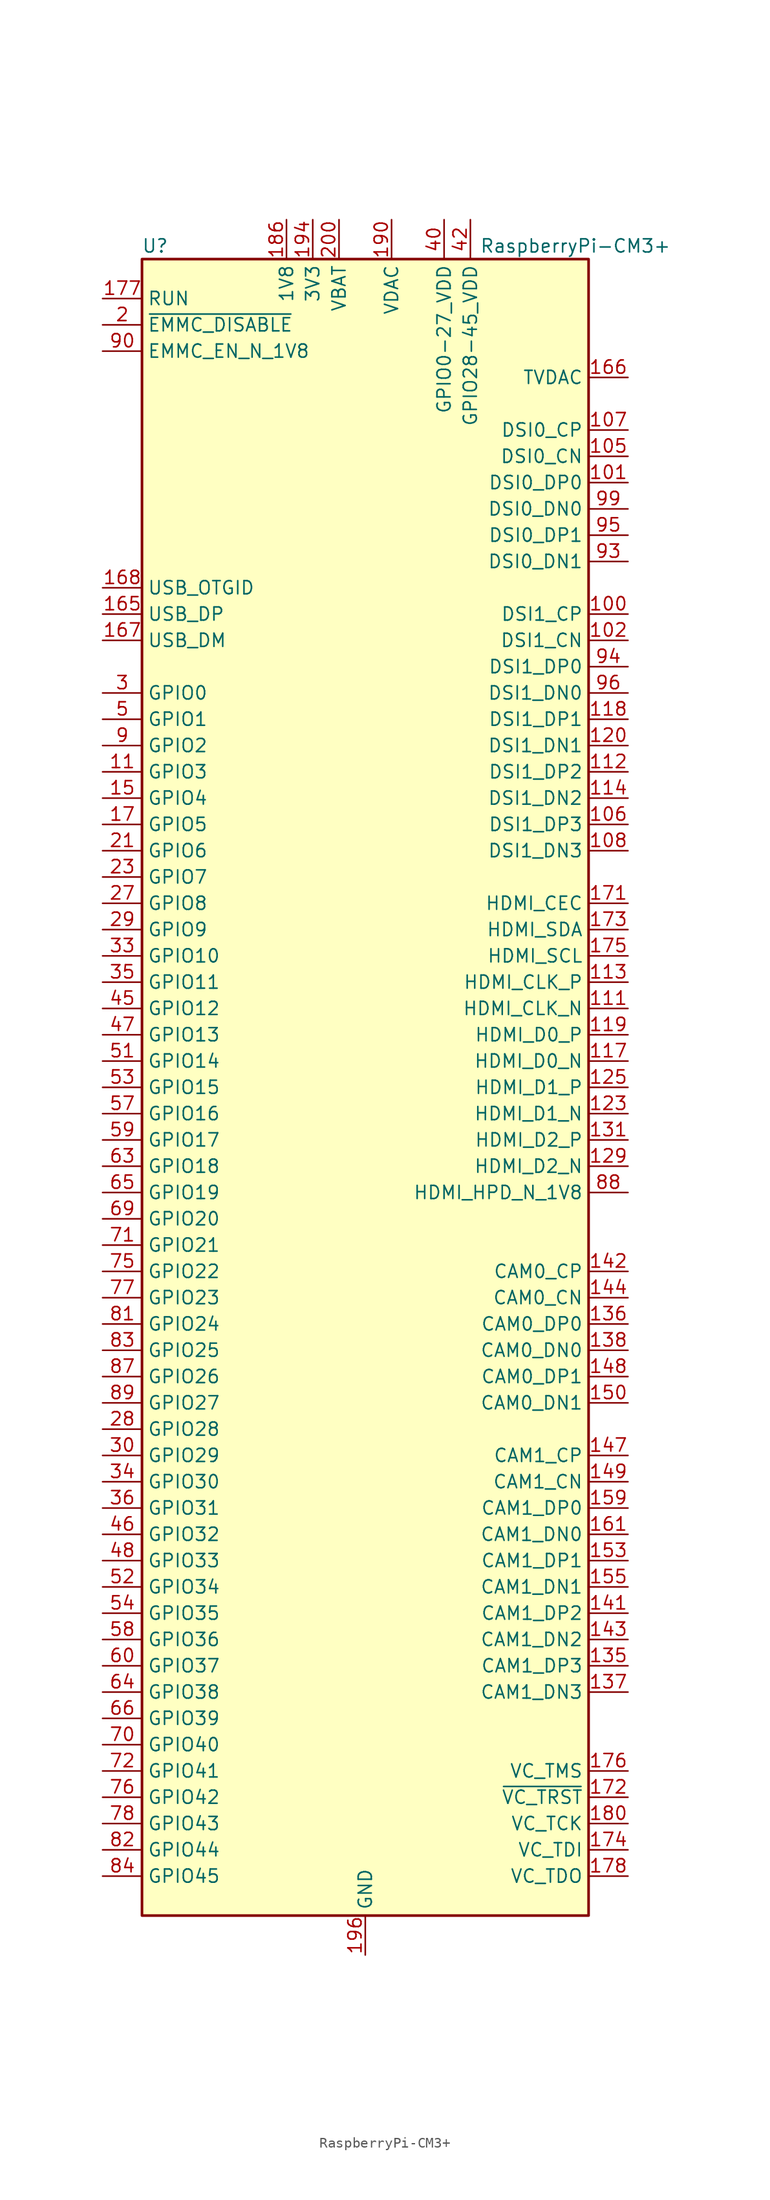
<source format=kicad_sym>
(kicad_symbol_lib
  (version 20200908)
  (generator kicad_symbol_editor)
  (symbol "MCU_Module:RaspberryPi-CM3+"
    (property "Reference" "U"
      (at -20.32 81.28 0)
      (effects (font (size 1.27 1.27))))
    (property "Value" "RaspberryPi-CM3+"
      (at 20.32 81.28 0)
      (effects (font (size 1.27 1.27))))
    (symbol "RaspberryPi-CM3+_0_1"
      (rectangle (start -21.59 80.01) (end 21.59 -80.01) (stroke (width 0.254)) (fill (type background))))
    (symbol "RaspberryPi-CM3+_1_1"
      (pin passive line (at 0 -83.82 90) (length 3.81) hide (name "GND" (effects (font (size 1.27 1.27)))) (number "1" (effects (font (size 1.27 1.27)))))
      (pin unconnected line (at -20.32 66.04 0) (length 2.54) hide (name "NC" (effects (font (size 1.27 1.27)))) (number "10" (effects (font (size 1.27 1.27)))))
      (pin output line (at 25.4 45.72 180) (length 3.81) (name "DSI1_CP" (effects (font (size 1.27 1.27)))) (number "100" (effects (font (size 1.27 1.27)))))
      (pin output line (at 25.4 58.42 180) (length 3.81) (name "DSI0_DP0" (effects (font (size 1.27 1.27)))) (number "101" (effects (font (size 1.27 1.27)))))
      (pin output line (at 25.4 43.18 180) (length 3.81) (name "DSI1_CN" (effects (font (size 1.27 1.27)))) (number "102" (effects (font (size 1.27 1.27)))))
      (pin passive line (at 0 -83.82 90) (length 3.81) hide (name "GND" (effects (font (size 1.27 1.27)))) (number "103" (effects (font (size 1.27 1.27)))))
      (pin passive line (at 0 -83.82 90) (length 3.81) hide (name "GND" (effects (font (size 1.27 1.27)))) (number "104" (effects (font (size 1.27 1.27)))))
      (pin output line (at 25.4 60.96 180) (length 3.81) (name "DSI0_CN" (effects (font (size 1.27 1.27)))) (number "105" (effects (font (size 1.27 1.27)))))
      (pin output line (at 25.4 25.4 180) (length 3.81) (name "DSI1_DP3" (effects (font (size 1.27 1.27)))) (number "106" (effects (font (size 1.27 1.27)))))
      (pin output line (at 25.4 63.5 180) (length 3.81) (name "DSI0_CP" (effects (font (size 1.27 1.27)))) (number "107" (effects (font (size 1.27 1.27)))))
      (pin output line (at 25.4 22.86 180) (length 3.81) (name "DSI1_DN3" (effects (font (size 1.27 1.27)))) (number "108" (effects (font (size 1.27 1.27)))))
      (pin passive line (at 0 -83.82 90) (length 3.81) hide (name "GND" (effects (font (size 1.27 1.27)))) (number "109" (effects (font (size 1.27 1.27)))))
      (pin bidirectional line (at -25.4 30.48 0) (length 3.81) (name "GPIO3" (effects (font (size 1.27 1.27)))) (number "11" (effects (font (size 1.27 1.27)))))
      (pin passive line (at 0 -83.82 90) (length 3.81) hide (name "GND" (effects (font (size 1.27 1.27)))) (number "110" (effects (font (size 1.27 1.27)))))
      (pin output line (at 25.4 7.62 180) (length 3.81) (name "HDMI_CLK_N" (effects (font (size 1.27 1.27)))) (number "111" (effects (font (size 1.27 1.27)))))
      (pin output line (at 25.4 30.48 180) (length 3.81) (name "DSI1_DP2" (effects (font (size 1.27 1.27)))) (number "112" (effects (font (size 1.27 1.27)))))
      (pin output line (at 25.4 10.16 180) (length 3.81) (name "HDMI_CLK_P" (effects (font (size 1.27 1.27)))) (number "113" (effects (font (size 1.27 1.27)))))
      (pin output line (at 25.4 27.94 180) (length 3.81) (name "DSI1_DN2" (effects (font (size 1.27 1.27)))) (number "114" (effects (font (size 1.27 1.27)))))
      (pin passive line (at 0 -83.82 90) (length 3.81) hide (name "GND" (effects (font (size 1.27 1.27)))) (number "115" (effects (font (size 1.27 1.27)))))
      (pin passive line (at 0 -83.82 90) (length 3.81) hide (name "GND" (effects (font (size 1.27 1.27)))) (number "116" (effects (font (size 1.27 1.27)))))
      (pin output line (at 25.4 2.54 180) (length 3.81) (name "HDMI_D0_N" (effects (font (size 1.27 1.27)))) (number "117" (effects (font (size 1.27 1.27)))))
      (pin output line (at 25.4 35.56 180) (length 3.81) (name "DSI1_DP1" (effects (font (size 1.27 1.27)))) (number "118" (effects (font (size 1.27 1.27)))))
      (pin output line (at 25.4 5.08 180) (length 3.81) (name "HDMI_D0_P" (effects (font (size 1.27 1.27)))) (number "119" (effects (font (size 1.27 1.27)))))
      (pin unconnected line (at -20.32 63.5 0) (length 2.54) hide (name "NC" (effects (font (size 1.27 1.27)))) (number "12" (effects (font (size 1.27 1.27)))))
      (pin output line (at 25.4 33.02 180) (length 3.81) (name "DSI1_DN1" (effects (font (size 1.27 1.27)))) (number "120" (effects (font (size 1.27 1.27)))))
      (pin passive line (at 0 -83.82 90) (length 3.81) hide (name "GND" (effects (font (size 1.27 1.27)))) (number "121" (effects (font (size 1.27 1.27)))))
      (pin passive line (at 0 -83.82 90) (length 3.81) hide (name "GND" (effects (font (size 1.27 1.27)))) (number "122" (effects (font (size 1.27 1.27)))))
      (pin output line (at 25.4 -2.54 180) (length 3.81) (name "HDMI_D1_N" (effects (font (size 1.27 1.27)))) (number "123" (effects (font (size 1.27 1.27)))))
      (pin unconnected line (at 20.32 76.2 180) (length 2.54) hide (name "NC" (effects (font (size 1.27 1.27)))) (number "124" (effects (font (size 1.27 1.27)))))
      (pin output line (at 25.4 0 180) (length 3.81) (name "HDMI_D1_P" (effects (font (size 1.27 1.27)))) (number "125" (effects (font (size 1.27 1.27)))))
      (pin unconnected line (at 20.32 73.66 180) (length 2.54) hide (name "NC" (effects (font (size 1.27 1.27)))) (number "126" (effects (font (size 1.27 1.27)))))
      (pin passive line (at 0 -83.82 90) (length 3.81) hide (name "GND" (effects (font (size 1.27 1.27)))) (number "127" (effects (font (size 1.27 1.27)))))
      (pin unconnected line (at 20.32 71.12 180) (length 2.54) hide (name "NC" (effects (font (size 1.27 1.27)))) (number "128" (effects (font (size 1.27 1.27)))))
      (pin output line (at 25.4 -7.62 180) (length 3.81) (name "HDMI_D2_N" (effects (font (size 1.27 1.27)))) (number "129" (effects (font (size 1.27 1.27)))))
      (pin passive line (at 0 -83.82 90) (length 3.81) hide (name "GND" (effects (font (size 1.27 1.27)))) (number "13" (effects (font (size 1.27 1.27)))))
      (pin unconnected line (at 20.32 66.04 180) (length 2.54) hide (name "NC" (effects (font (size 1.27 1.27)))) (number "130" (effects (font (size 1.27 1.27)))))
      (pin output line (at 25.4 -5.08 180) (length 3.81) (name "HDMI_D2_P" (effects (font (size 1.27 1.27)))) (number "131" (effects (font (size 1.27 1.27)))))
      (pin unconnected line (at 20.32 48.26 180) (length 2.54) hide (name "NC" (effects (font (size 1.27 1.27)))) (number "132" (effects (font (size 1.27 1.27)))))
      (pin passive line (at 0 -83.82 90) (length 3.81) hide (name "GND" (effects (font (size 1.27 1.27)))) (number "133" (effects (font (size 1.27 1.27)))))
      (pin passive line (at 0 -83.82 90) (length 3.81) hide (name "GND" (effects (font (size 1.27 1.27)))) (number "134" (effects (font (size 1.27 1.27)))))
      (pin input line (at 25.4 -55.88 180) (length 3.81) (name "CAM1_DP3" (effects (font (size 1.27 1.27)))) (number "135" (effects (font (size 1.27 1.27)))))
      (pin input line (at 25.4 -22.86 180) (length 3.81) (name "CAM0_DP0" (effects (font (size 1.27 1.27)))) (number "136" (effects (font (size 1.27 1.27)))))
      (pin input line (at 25.4 -58.42 180) (length 3.81) (name "CAM1_DN3" (effects (font (size 1.27 1.27)))) (number "137" (effects (font (size 1.27 1.27)))))
      (pin input line (at 25.4 -25.4 180) (length 3.81) (name "CAM0_DN0" (effects (font (size 1.27 1.27)))) (number "138" (effects (font (size 1.27 1.27)))))
      (pin passive line (at 0 -83.82 90) (length 3.81) hide (name "GND" (effects (font (size 1.27 1.27)))) (number "139" (effects (font (size 1.27 1.27)))))
      (pin passive line (at 0 -83.82 90) (length 3.81) hide (name "GND" (effects (font (size 1.27 1.27)))) (number "14" (effects (font (size 1.27 1.27)))))
      (pin passive line (at 0 -83.82 90) (length 3.81) hide (name "GND" (effects (font (size 1.27 1.27)))) (number "140" (effects (font (size 1.27 1.27)))))
      (pin input line (at 25.4 -50.8 180) (length 3.81) (name "CAM1_DP2" (effects (font (size 1.27 1.27)))) (number "141" (effects (font (size 1.27 1.27)))))
      (pin input line (at 25.4 -17.78 180) (length 3.81) (name "CAM0_CP" (effects (font (size 1.27 1.27)))) (number "142" (effects (font (size 1.27 1.27)))))
      (pin input line (at 25.4 -53.34 180) (length 3.81) (name "CAM1_DN2" (effects (font (size 1.27 1.27)))) (number "143" (effects (font (size 1.27 1.27)))))
      (pin input line (at 25.4 -20.32 180) (length 3.81) (name "CAM0_CN" (effects (font (size 1.27 1.27)))) (number "144" (effects (font (size 1.27 1.27)))))
      (pin passive line (at 0 -83.82 90) (length 3.81) hide (name "GND" (effects (font (size 1.27 1.27)))) (number "145" (effects (font (size 1.27 1.27)))))
      (pin passive line (at 0 -83.82 90) (length 3.81) hide (name "GND" (effects (font (size 1.27 1.27)))) (number "146" (effects (font (size 1.27 1.27)))))
      (pin input line (at 25.4 -35.56 180) (length 3.81) (name "CAM1_CP" (effects (font (size 1.27 1.27)))) (number "147" (effects (font (size 1.27 1.27)))))
      (pin input line (at 25.4 -27.94 180) (length 3.81) (name "CAM0_DP1" (effects (font (size 1.27 1.27)))) (number "148" (effects (font (size 1.27 1.27)))))
      (pin input line (at 25.4 -38.1 180) (length 3.81) (name "CAM1_CN" (effects (font (size 1.27 1.27)))) (number "149" (effects (font (size 1.27 1.27)))))
      (pin bidirectional line (at -25.4 27.94 0) (length 3.81) (name "GPIO4" (effects (font (size 1.27 1.27)))) (number "15" (effects (font (size 1.27 1.27)))))
      (pin input line (at 25.4 -30.48 180) (length 3.81) (name "CAM0_DN1" (effects (font (size 1.27 1.27)))) (number "150" (effects (font (size 1.27 1.27)))))
      (pin passive line (at 0 -83.82 90) (length 3.81) hide (name "GND" (effects (font (size 1.27 1.27)))) (number "151" (effects (font (size 1.27 1.27)))))
      (pin passive line (at 0 -83.82 90) (length 3.81) hide (name "GND" (effects (font (size 1.27 1.27)))) (number "152" (effects (font (size 1.27 1.27)))))
      (pin input line (at 25.4 -45.72 180) (length 3.81) (name "CAM1_DP1" (effects (font (size 1.27 1.27)))) (number "153" (effects (font (size 1.27 1.27)))))
      (pin unconnected line (at 20.32 -15.24 180) (length 2.54) hide (name "NC" (effects (font (size 1.27 1.27)))) (number "154" (effects (font (size 1.27 1.27)))))
      (pin input line (at 25.4 -48.26 180) (length 3.81) (name "CAM1_DN1" (effects (font (size 1.27 1.27)))) (number "155" (effects (font (size 1.27 1.27)))))
      (pin unconnected line (at 20.32 -12.7 180) (length 2.54) hide (name "NC" (effects (font (size 1.27 1.27)))) (number "156" (effects (font (size 1.27 1.27)))))
      (pin passive line (at 0 -83.82 90) (length 3.81) hide (name "GND" (effects (font (size 1.27 1.27)))) (number "157" (effects (font (size 1.27 1.27)))))
      (pin unconnected line (at 20.32 20.32 180) (length 2.54) hide (name "NC" (effects (font (size 1.27 1.27)))) (number "158" (effects (font (size 1.27 1.27)))))
      (pin input line (at 25.4 -40.64 180) (length 3.81) (name "CAM1_DP0" (effects (font (size 1.27 1.27)))) (number "159" (effects (font (size 1.27 1.27)))))
      (pin unconnected line (at -20.32 60.96 0) (length 2.54) hide (name "NC" (effects (font (size 1.27 1.27)))) (number "16" (effects (font (size 1.27 1.27)))))
      (pin unconnected line (at 20.32 -60.96 180) (length 2.54) hide (name "NC" (effects (font (size 1.27 1.27)))) (number "160" (effects (font (size 1.27 1.27)))))
      (pin input line (at 25.4 -43.18 180) (length 3.81) (name "CAM1_DN0" (effects (font (size 1.27 1.27)))) (number "161" (effects (font (size 1.27 1.27)))))
      (pin unconnected line (at 20.32 -63.5 180) (length 2.54) hide (name "NC" (effects (font (size 1.27 1.27)))) (number "162" (effects (font (size 1.27 1.27)))))
      (pin passive line (at 0 -83.82 90) (length 3.81) hide (name "GND" (effects (font (size 1.27 1.27)))) (number "163" (effects (font (size 1.27 1.27)))))
      (pin passive line (at 0 -83.82 90) (length 3.81) hide (name "GND" (effects (font (size 1.27 1.27)))) (number "164" (effects (font (size 1.27 1.27)))))
      (pin bidirectional line (at -25.4 45.72 0) (length 3.81) (name "USB_DP" (effects (font (size 1.27 1.27)))) (number "165" (effects (font (size 1.27 1.27)))))
      (pin output line (at 25.4 68.58 180) (length 3.81) (name "TVDAC" (effects (font (size 1.27 1.27)))) (number "166" (effects (font (size 1.27 1.27)))))
      (pin bidirectional line (at -25.4 43.18 0) (length 3.81) (name "USB_DM" (effects (font (size 1.27 1.27)))) (number "167" (effects (font (size 1.27 1.27)))))
      (pin passive line (at -25.4 48.26 0) (length 3.81) (name "USB_OTGID" (effects (font (size 1.27 1.27)))) (number "168" (effects (font (size 1.27 1.27)))))
      (pin passive line (at 0 -83.82 90) (length 3.81) hide (name "GND" (effects (font (size 1.27 1.27)))) (number "169" (effects (font (size 1.27 1.27)))))
      (pin bidirectional line (at -25.4 25.4 0) (length 3.81) (name "GPIO5" (effects (font (size 1.27 1.27)))) (number "17" (effects (font (size 1.27 1.27)))))
      (pin passive line (at 0 -83.82 90) (length 3.81) hide (name "GND" (effects (font (size 1.27 1.27)))) (number "170" (effects (font (size 1.27 1.27)))))
      (pin bidirectional line (at 25.4 17.78 180) (length 3.81) (name "HDMI_CEC" (effects (font (size 1.27 1.27)))) (number "171" (effects (font (size 1.27 1.27)))))
      (pin input line (at 25.4 -68.58 180) (length 3.81) (name "~VC_TRST" (effects (font (size 1.27 1.27)))) (number "172" (effects (font (size 1.27 1.27)))))
      (pin bidirectional line (at 25.4 15.24 180) (length 3.81) (name "HDMI_SDA" (effects (font (size 1.27 1.27)))) (number "173" (effects (font (size 1.27 1.27)))))
      (pin input line (at 25.4 -73.66 180) (length 3.81) (name "VC_TDI" (effects (font (size 1.27 1.27)))) (number "174" (effects (font (size 1.27 1.27)))))
      (pin bidirectional line (at 25.4 12.7 180) (length 3.81) (name "HDMI_SCL" (effects (font (size 1.27 1.27)))) (number "175" (effects (font (size 1.27 1.27)))))
      (pin input line (at 25.4 -66.04 180) (length 3.81) (name "VC_TMS" (effects (font (size 1.27 1.27)))) (number "176" (effects (font (size 1.27 1.27)))))
      (pin input line (at -25.4 76.2 0) (length 3.81) (name "RUN" (effects (font (size 1.27 1.27)))) (number "177" (effects (font (size 1.27 1.27)))))
      (pin output line (at 25.4 -76.2 180) (length 3.81) (name "VC_TDO" (effects (font (size 1.27 1.27)))) (number "178" (effects (font (size 1.27 1.27)))))
      (pin unconnected line (at 0 78.74 270) (length 2.54) hide (name "VDD_CORE_(DO_NOT_CONNECT)" (effects (font (size 1.27 1.27)))) (number "179" (effects (font (size 1.27 1.27)))))
      (pin unconnected line (at -20.32 58.42 0) (length 2.54) hide (name "NC" (effects (font (size 1.27 1.27)))) (number "18" (effects (font (size 1.27 1.27)))))
      (pin input line (at 25.4 -71.12 180) (length 3.81) (name "VC_TCK" (effects (font (size 1.27 1.27)))) (number "180" (effects (font (size 1.27 1.27)))))
      (pin passive line (at 0 -83.82 90) (length 3.81) hide (name "GND" (effects (font (size 1.27 1.27)))) (number "181" (effects (font (size 1.27 1.27)))))
      (pin passive line (at 0 -83.82 90) (length 3.81) hide (name "GND" (effects (font (size 1.27 1.27)))) (number "182" (effects (font (size 1.27 1.27)))))
      (pin passive line (at -7.62 83.82 270) (length 3.81) hide (name "1V8" (effects (font (size 1.27 1.27)))) (number "183" (effects (font (size 1.27 1.27)))))
      (pin passive line (at -7.62 83.82 270) (length 3.81) hide (name "1V8" (effects (font (size 1.27 1.27)))) (number "184" (effects (font (size 1.27 1.27)))))
      (pin passive line (at -7.62 83.82 270) (length 3.81) hide (name "1V8" (effects (font (size 1.27 1.27)))) (number "185" (effects (font (size 1.27 1.27)))))
      (pin power_in line (at -7.62 83.82 270) (length 3.81) (name "1V8" (effects (font (size 1.27 1.27)))) (number "186" (effects (font (size 1.27 1.27)))))
      (pin passive line (at 0 -83.82 90) (length 3.81) hide (name "GND" (effects (font (size 1.27 1.27)))) (number "187" (effects (font (size 1.27 1.27)))))
      (pin passive line (at 0 -83.82 90) (length 3.81) hide (name "GND" (effects (font (size 1.27 1.27)))) (number "188" (effects (font (size 1.27 1.27)))))
      (pin passive line (at 2.54 83.82 270) (length 3.81) hide (name "VDAC" (effects (font (size 1.27 1.27)))) (number "189" (effects (font (size 1.27 1.27)))))
      (pin passive line (at 0 -83.82 90) (length 3.81) hide (name "GND" (effects (font (size 1.27 1.27)))) (number "19" (effects (font (size 1.27 1.27)))))
      (pin power_in line (at 2.54 83.82 270) (length 3.81) (name "VDAC" (effects (font (size 1.27 1.27)))) (number "190" (effects (font (size 1.27 1.27)))))
      (pin passive line (at -5.08 83.82 270) (length 3.81) hide (name "3V3" (effects (font (size 1.27 1.27)))) (number "191" (effects (font (size 1.27 1.27)))))
      (pin passive line (at -5.08 83.82 270) (length 3.81) hide (name "3V3" (effects (font (size 1.27 1.27)))) (number "192" (effects (font (size 1.27 1.27)))))
      (pin passive line (at -5.08 83.82 270) (length 3.81) hide (name "3V3" (effects (font (size 1.27 1.27)))) (number "193" (effects (font (size 1.27 1.27)))))
      (pin power_in line (at -5.08 83.82 270) (length 3.81) (name "3V3" (effects (font (size 1.27 1.27)))) (number "194" (effects (font (size 1.27 1.27)))))
      (pin passive line (at 0 -83.82 90) (length 3.81) hide (name "GND" (effects (font (size 1.27 1.27)))) (number "195" (effects (font (size 1.27 1.27)))))
      (pin power_out line (at 0 -83.82 90) (length 3.81) (name "GND" (effects (font (size 1.27 1.27)))) (number "196" (effects (font (size 1.27 1.27)))))
      (pin passive line (at -2.54 83.82 270) (length 3.81) hide (name "VBAT" (effects (font (size 1.27 1.27)))) (number "197" (effects (font (size 1.27 1.27)))))
      (pin passive line (at -2.54 83.82 270) (length 3.81) hide (name "VBAT" (effects (font (size 1.27 1.27)))) (number "198" (effects (font (size 1.27 1.27)))))
      (pin passive line (at -2.54 83.82 270) (length 3.81) hide (name "VBAT" (effects (font (size 1.27 1.27)))) (number "199" (effects (font (size 1.27 1.27)))))
      (pin input line (at -25.4 73.66 0) (length 3.81) (name "~EMMC_DISABLE" (effects (font (size 1.27 1.27)))) (number "2" (effects (font (size 1.27 1.27)))))
      (pin passive line (at 0 -83.82 90) (length 3.81) hide (name "GND" (effects (font (size 1.27 1.27)))) (number "20" (effects (font (size 1.27 1.27)))))
      (pin power_in line (at -2.54 83.82 270) (length 3.81) (name "VBAT" (effects (font (size 1.27 1.27)))) (number "200" (effects (font (size 1.27 1.27)))))
      (pin bidirectional line (at -25.4 22.86 0) (length 3.81) (name "GPIO6" (effects (font (size 1.27 1.27)))) (number "21" (effects (font (size 1.27 1.27)))))
      (pin unconnected line (at -20.32 55.88 0) (length 2.54) hide (name "NC" (effects (font (size 1.27 1.27)))) (number "22" (effects (font (size 1.27 1.27)))))
      (pin bidirectional line (at -25.4 20.32 0) (length 3.81) (name "GPIO7" (effects (font (size 1.27 1.27)))) (number "23" (effects (font (size 1.27 1.27)))))
      (pin unconnected line (at -20.32 53.34 0) (length 2.54) hide (name "NC" (effects (font (size 1.27 1.27)))) (number "24" (effects (font (size 1.27 1.27)))))
      (pin passive line (at 0 -83.82 90) (length 3.81) hide (name "GND" (effects (font (size 1.27 1.27)))) (number "25" (effects (font (size 1.27 1.27)))))
      (pin passive line (at 0 -83.82 90) (length 3.81) hide (name "GND" (effects (font (size 1.27 1.27)))) (number "26" (effects (font (size 1.27 1.27)))))
      (pin bidirectional line (at -25.4 17.78 0) (length 3.81) (name "GPIO8" (effects (font (size 1.27 1.27)))) (number "27" (effects (font (size 1.27 1.27)))))
      (pin bidirectional line (at -25.4 -33.02 0) (length 3.81) (name "GPIO28" (effects (font (size 1.27 1.27)))) (number "28" (effects (font (size 1.27 1.27)))))
      (pin bidirectional line (at -25.4 15.24 0) (length 3.81) (name "GPIO9" (effects (font (size 1.27 1.27)))) (number "29" (effects (font (size 1.27 1.27)))))
      (pin bidirectional line (at -25.4 38.1 0) (length 3.81) (name "GPIO0" (effects (font (size 1.27 1.27)))) (number "3" (effects (font (size 1.27 1.27)))))
      (pin bidirectional line (at -25.4 -35.56 0) (length 3.81) (name "GPIO29" (effects (font (size 1.27 1.27)))) (number "30" (effects (font (size 1.27 1.27)))))
      (pin passive line (at 0 -83.82 90) (length 3.81) hide (name "GND" (effects (font (size 1.27 1.27)))) (number "31" (effects (font (size 1.27 1.27)))))
      (pin passive line (at 0 -83.82 90) (length 3.81) hide (name "GND" (effects (font (size 1.27 1.27)))) (number "32" (effects (font (size 1.27 1.27)))))
      (pin bidirectional line (at -25.4 12.7 0) (length 3.81) (name "GPIO10" (effects (font (size 1.27 1.27)))) (number "33" (effects (font (size 1.27 1.27)))))
      (pin bidirectional line (at -25.4 -38.1 0) (length 3.81) (name "GPIO30" (effects (font (size 1.27 1.27)))) (number "34" (effects (font (size 1.27 1.27)))))
      (pin bidirectional line (at -25.4 10.16 0) (length 3.81) (name "GPIO11" (effects (font (size 1.27 1.27)))) (number "35" (effects (font (size 1.27 1.27)))))
      (pin bidirectional line (at -25.4 -40.64 0) (length 3.81) (name "GPIO31" (effects (font (size 1.27 1.27)))) (number "36" (effects (font (size 1.27 1.27)))))
      (pin passive line (at 0 -83.82 90) (length 3.81) hide (name "GND" (effects (font (size 1.27 1.27)))) (number "37" (effects (font (size 1.27 1.27)))))
      (pin passive line (at 0 -83.82 90) (length 3.81) hide (name "GND" (effects (font (size 1.27 1.27)))) (number "38" (effects (font (size 1.27 1.27)))))
      (pin passive line (at 7.62 83.82 270) (length 3.81) hide (name "GPIO0-27_VDD" (effects (font (size 1.27 1.27)))) (number "39" (effects (font (size 1.27 1.27)))))
      (pin unconnected line (at 5.08 78.74 270) (length 2.54) hide (name "NC" (effects (font (size 1.27 1.27)))) (number "4" (effects (font (size 1.27 1.27)))))
      (pin power_in line (at 7.62 83.82 270) (length 3.81) (name "GPIO0-27_VDD" (effects (font (size 1.27 1.27)))) (number "40" (effects (font (size 1.27 1.27)))))
      (pin passive line (at 10.16 83.82 270) (length 3.81) hide (name "GPIO28-45_VDD" (effects (font (size 1.27 1.27)))) (number "41" (effects (font (size 1.27 1.27)))))
      (pin power_in line (at 10.16 83.82 270) (length 3.81) (name "GPIO28-45_VDD" (effects (font (size 1.27 1.27)))) (number "42" (effects (font (size 1.27 1.27)))))
      (pin passive line (at 0 -83.82 90) (length 3.81) hide (name "GND" (effects (font (size 1.27 1.27)))) (number "43" (effects (font (size 1.27 1.27)))))
      (pin passive line (at 0 -83.82 90) (length 3.81) hide (name "GND" (effects (font (size 1.27 1.27)))) (number "44" (effects (font (size 1.27 1.27)))))
      (pin bidirectional line (at -25.4 7.62 0) (length 3.81) (name "GPIO12" (effects (font (size 1.27 1.27)))) (number "45" (effects (font (size 1.27 1.27)))))
      (pin bidirectional line (at -25.4 -43.18 0) (length 3.81) (name "GPIO32" (effects (font (size 1.27 1.27)))) (number "46" (effects (font (size 1.27 1.27)))))
      (pin bidirectional line (at -25.4 5.08 0) (length 3.81) (name "GPIO13" (effects (font (size 1.27 1.27)))) (number "47" (effects (font (size 1.27 1.27)))))
      (pin bidirectional line (at -25.4 -45.72 0) (length 3.81) (name "GPIO33" (effects (font (size 1.27 1.27)))) (number "48" (effects (font (size 1.27 1.27)))))
      (pin passive line (at 0 -83.82 90) (length 3.81) hide (name "GND" (effects (font (size 1.27 1.27)))) (number "49" (effects (font (size 1.27 1.27)))))
      (pin bidirectional line (at -25.4 35.56 0) (length 3.81) (name "GPIO1" (effects (font (size 1.27 1.27)))) (number "5" (effects (font (size 1.27 1.27)))))
      (pin passive line (at 0 -83.82 90) (length 3.81) hide (name "GND" (effects (font (size 1.27 1.27)))) (number "50" (effects (font (size 1.27 1.27)))))
      (pin bidirectional line (at -25.4 2.54 0) (length 3.81) (name "GPIO14" (effects (font (size 1.27 1.27)))) (number "51" (effects (font (size 1.27 1.27)))))
      (pin bidirectional line (at -25.4 -48.26 0) (length 3.81) (name "GPIO34" (effects (font (size 1.27 1.27)))) (number "52" (effects (font (size 1.27 1.27)))))
      (pin bidirectional line (at -25.4 0 0) (length 3.81) (name "GPIO15" (effects (font (size 1.27 1.27)))) (number "53" (effects (font (size 1.27 1.27)))))
      (pin bidirectional line (at -25.4 -50.8 0) (length 3.81) (name "GPIO35" (effects (font (size 1.27 1.27)))) (number "54" (effects (font (size 1.27 1.27)))))
      (pin passive line (at 0 -83.82 90) (length 3.81) hide (name "GND" (effects (font (size 1.27 1.27)))) (number "55" (effects (font (size 1.27 1.27)))))
      (pin passive line (at 0 -83.82 90) (length 3.81) hide (name "GND" (effects (font (size 1.27 1.27)))) (number "56" (effects (font (size 1.27 1.27)))))
      (pin bidirectional line (at -25.4 -2.54 0) (length 3.81) (name "GPIO16" (effects (font (size 1.27 1.27)))) (number "57" (effects (font (size 1.27 1.27)))))
      (pin bidirectional line (at -25.4 -53.34 0) (length 3.81) (name "GPIO36" (effects (font (size 1.27 1.27)))) (number "58" (effects (font (size 1.27 1.27)))))
      (pin bidirectional line (at -25.4 -5.08 0) (length 3.81) (name "GPIO17" (effects (font (size 1.27 1.27)))) (number "59" (effects (font (size 1.27 1.27)))))
      (pin unconnected line (at 12.7 78.74 270) (length 2.54) hide (name "NC" (effects (font (size 1.27 1.27)))) (number "6" (effects (font (size 1.27 1.27)))))
      (pin bidirectional line (at -25.4 -55.88 0) (length 3.81) (name "GPIO37" (effects (font (size 1.27 1.27)))) (number "60" (effects (font (size 1.27 1.27)))))
      (pin passive line (at 0 -83.82 90) (length 3.81) hide (name "GND" (effects (font (size 1.27 1.27)))) (number "61" (effects (font (size 1.27 1.27)))))
      (pin passive line (at 0 -83.82 90) (length 3.81) hide (name "GND" (effects (font (size 1.27 1.27)))) (number "62" (effects (font (size 1.27 1.27)))))
      (pin bidirectional line (at -25.4 -7.62 0) (length 3.81) (name "GPIO18" (effects (font (size 1.27 1.27)))) (number "63" (effects (font (size 1.27 1.27)))))
      (pin bidirectional line (at -25.4 -58.42 0) (length 3.81) (name "GPIO38" (effects (font (size 1.27 1.27)))) (number "64" (effects (font (size 1.27 1.27)))))
      (pin bidirectional line (at -25.4 -10.16 0) (length 3.81) (name "GPIO19" (effects (font (size 1.27 1.27)))) (number "65" (effects (font (size 1.27 1.27)))))
      (pin bidirectional line (at -25.4 -60.96 0) (length 3.81) (name "GPIO39" (effects (font (size 1.27 1.27)))) (number "66" (effects (font (size 1.27 1.27)))))
      (pin passive line (at 0 -83.82 90) (length 3.81) hide (name "GND" (effects (font (size 1.27 1.27)))) (number "67" (effects (font (size 1.27 1.27)))))
      (pin passive line (at 0 -83.82 90) (length 3.81) hide (name "GND" (effects (font (size 1.27 1.27)))) (number "68" (effects (font (size 1.27 1.27)))))
      (pin bidirectional line (at -25.4 -12.7 0) (length 3.81) (name "GPIO20" (effects (font (size 1.27 1.27)))) (number "69" (effects (font (size 1.27 1.27)))))
      (pin passive line (at 0 -83.82 90) (length 3.81) hide (name "GND" (effects (font (size 1.27 1.27)))) (number "7" (effects (font (size 1.27 1.27)))))
      (pin bidirectional line (at -25.4 -63.5 0) (length 3.81) (name "GPIO40" (effects (font (size 1.27 1.27)))) (number "70" (effects (font (size 1.27 1.27)))))
      (pin bidirectional line (at -25.4 -15.24 0) (length 3.81) (name "GPIO21" (effects (font (size 1.27 1.27)))) (number "71" (effects (font (size 1.27 1.27)))))
      (pin bidirectional line (at -25.4 -66.04 0) (length 3.81) (name "GPIO41" (effects (font (size 1.27 1.27)))) (number "72" (effects (font (size 1.27 1.27)))))
      (pin passive line (at 0 -83.82 90) (length 3.81) hide (name "GND" (effects (font (size 1.27 1.27)))) (number "73" (effects (font (size 1.27 1.27)))))
      (pin passive line (at 0 -83.82 90) (length 3.81) hide (name "GND" (effects (font (size 1.27 1.27)))) (number "74" (effects (font (size 1.27 1.27)))))
      (pin bidirectional line (at -25.4 -17.78 0) (length 3.81) (name "GPIO22" (effects (font (size 1.27 1.27)))) (number "75" (effects (font (size 1.27 1.27)))))
      (pin bidirectional line (at -25.4 -68.58 0) (length 3.81) (name "GPIO42" (effects (font (size 1.27 1.27)))) (number "76" (effects (font (size 1.27 1.27)))))
      (pin bidirectional line (at -25.4 -20.32 0) (length 3.81) (name "GPIO23" (effects (font (size 1.27 1.27)))) (number "77" (effects (font (size 1.27 1.27)))))
      (pin bidirectional line (at -25.4 -71.12 0) (length 3.81) (name "GPIO43" (effects (font (size 1.27 1.27)))) (number "78" (effects (font (size 1.27 1.27)))))
      (pin passive line (at 0 -83.82 90) (length 3.81) hide (name "GND" (effects (font (size 1.27 1.27)))) (number "79" (effects (font (size 1.27 1.27)))))
      (pin passive line (at 0 -83.82 90) (length 3.81) hide (name "GND" (effects (font (size 1.27 1.27)))) (number "8" (effects (font (size 1.27 1.27)))))
      (pin passive line (at 0 -83.82 90) (length 3.81) hide (name "GND" (effects (font (size 1.27 1.27)))) (number "80" (effects (font (size 1.27 1.27)))))
      (pin bidirectional line (at -25.4 -22.86 0) (length 3.81) (name "GPIO24" (effects (font (size 1.27 1.27)))) (number "81" (effects (font (size 1.27 1.27)))))
      (pin bidirectional line (at -25.4 -73.66 0) (length 3.81) (name "GPIO44" (effects (font (size 1.27 1.27)))) (number "82" (effects (font (size 1.27 1.27)))))
      (pin bidirectional line (at -25.4 -25.4 0) (length 3.81) (name "GPIO25" (effects (font (size 1.27 1.27)))) (number "83" (effects (font (size 1.27 1.27)))))
      (pin bidirectional line (at -25.4 -76.2 0) (length 3.81) (name "GPIO45" (effects (font (size 1.27 1.27)))) (number "84" (effects (font (size 1.27 1.27)))))
      (pin passive line (at 0 -83.82 90) (length 3.81) hide (name "GND" (effects (font (size 1.27 1.27)))) (number "85" (effects (font (size 1.27 1.27)))))
      (pin passive line (at 0 -83.82 90) (length 3.81) hide (name "GND" (effects (font (size 1.27 1.27)))) (number "86" (effects (font (size 1.27 1.27)))))
      (pin bidirectional line (at -25.4 -27.94 0) (length 3.81) (name "GPIO26" (effects (font (size 1.27 1.27)))) (number "87" (effects (font (size 1.27 1.27)))))
      (pin input line (at 25.4 -10.16 180) (length 3.81) (name "HDMI_HPD_N_1V8" (effects (font (size 1.27 1.27)))) (number "88" (effects (font (size 1.27 1.27)))))
      (pin bidirectional line (at -25.4 -30.48 0) (length 3.81) (name "GPIO27" (effects (font (size 1.27 1.27)))) (number "89" (effects (font (size 1.27 1.27)))))
      (pin bidirectional line (at -25.4 33.02 0) (length 3.81) (name "GPIO2" (effects (font (size 1.27 1.27)))) (number "9" (effects (font (size 1.27 1.27)))))
      (pin output line (at -25.4 71.12 0) (length 3.81) (name "EMMC_EN_N_1V8" (effects (font (size 1.27 1.27)))) (number "90" (effects (font (size 1.27 1.27)))))
      (pin passive line (at 0 -83.82 90) (length 3.81) hide (name "GND" (effects (font (size 1.27 1.27)))) (number "91" (effects (font (size 1.27 1.27)))))
      (pin passive line (at 0 -83.82 90) (length 3.81) hide (name "GND" (effects (font (size 1.27 1.27)))) (number "92" (effects (font (size 1.27 1.27)))))
      (pin output line (at 25.4 50.8 180) (length 3.81) (name "DSI0_DN1" (effects (font (size 1.27 1.27)))) (number "93" (effects (font (size 1.27 1.27)))))
      (pin output line (at 25.4 40.64 180) (length 3.81) (name "DSI1_DP0" (effects (font (size 1.27 1.27)))) (number "94" (effects (font (size 1.27 1.27)))))
      (pin output line (at 25.4 53.34 180) (length 3.81) (name "DSI0_DP1" (effects (font (size 1.27 1.27)))) (number "95" (effects (font (size 1.27 1.27)))))
      (pin output line (at 25.4 38.1 180) (length 3.81) (name "DSI1_DN0" (effects (font (size 1.27 1.27)))) (number "96" (effects (font (size 1.27 1.27)))))
      (pin passive line (at 0 -83.82 90) (length 3.81) hide (name "GND" (effects (font (size 1.27 1.27)))) (number "97" (effects (font (size 1.27 1.27)))))
      (pin passive line (at 0 -83.82 90) (length 3.81) hide (name "GND" (effects (font (size 1.27 1.27)))) (number "98" (effects (font (size 1.27 1.27)))))
      (pin output line (at 25.4 55.88 180) (length 3.81) (name "DSI0_DN0" (effects (font (size 1.27 1.27)))) (number "99" (effects (font (size 1.27 1.27))))))))
</source>
